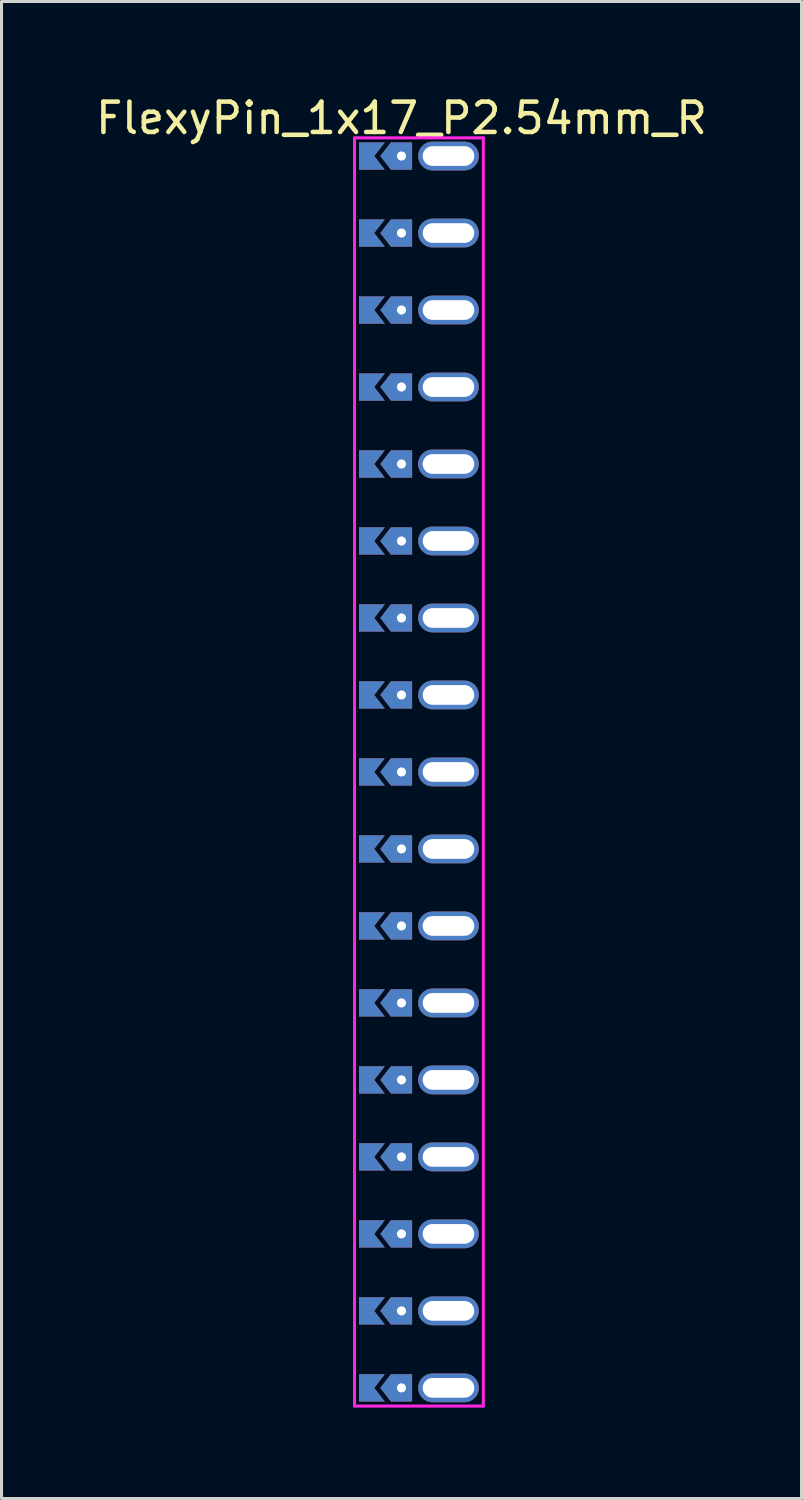
<source format=kicad_pcb>
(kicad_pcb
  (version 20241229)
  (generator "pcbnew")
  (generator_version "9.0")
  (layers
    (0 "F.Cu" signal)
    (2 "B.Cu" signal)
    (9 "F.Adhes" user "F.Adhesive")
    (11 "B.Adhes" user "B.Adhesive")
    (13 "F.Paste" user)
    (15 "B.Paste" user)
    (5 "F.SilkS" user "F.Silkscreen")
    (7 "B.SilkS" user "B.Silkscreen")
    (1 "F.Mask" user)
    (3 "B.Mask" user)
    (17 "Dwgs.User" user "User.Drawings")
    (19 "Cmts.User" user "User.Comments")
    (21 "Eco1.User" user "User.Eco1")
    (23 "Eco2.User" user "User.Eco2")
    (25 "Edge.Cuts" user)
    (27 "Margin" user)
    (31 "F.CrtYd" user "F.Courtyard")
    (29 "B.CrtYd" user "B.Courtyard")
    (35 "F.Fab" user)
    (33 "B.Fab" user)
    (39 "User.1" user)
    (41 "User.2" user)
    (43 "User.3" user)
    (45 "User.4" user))
  (footprint "FlexyPin_1x17_P2.54mm_R"
    (layer "F.Cu")
    (at 10.196 2.098)
    (property "Reference" "FlexyPin_1x17_P2.54mm_R" (at 0 -1.25 0) (layer "F.SilkS") (effects (font (size 1 1) (thickness 0.15))))
    (attr through_hole)
    (fp_line (start -1.55 -0.6) (end 2.7 -0.6) (stroke (width 0.1) (type solid)) (layer "F.CrtYd"))
    (fp_line (start -1.55 41.24) (end -1.55 -0.6) (stroke (width 0.1) (type solid)) (layer "F.CrtYd"))
    (fp_line (start 2.7 -0.6) (end 2.7 41.24) (stroke (width 0.1) (type solid)) (layer "F.CrtYd"))
    (fp_line (start 2.7 41.24) (end -1.55 41.24) (stroke (width 0.1) (type solid)) (layer "F.CrtYd"))
    (pad "" thru_hole custom (at 0 0) (size 0.3 0.3) (drill 0.6) (layers "*.Cu" "*.Mask") (options (anchor rect)) (primitives (gr_poly (pts (xy 0.35 0.45) (xy 0.35 -0.45) (xy -0.35 -0.45) (xy -0.7 0) (xy -0.35 0.45)) (width 0) (fill yes))))
    (pad "" thru_hole custom (at 0 2.54) (size 0.3 0.3) (drill 0.6) (layers "*.Cu" "*.Mask") (options (anchor rect)) (primitives (gr_poly (pts (xy 0.35 0.45) (xy 0.35 -0.45) (xy -0.35 -0.45) (xy -0.7 0) (xy -0.35 0.45)) (width 0) (fill yes))))
    (pad "" thru_hole custom (at 0 5.08) (size 0.3 0.3) (drill 0.6) (layers "*.Cu" "*.Mask") (options (anchor rect)) (primitives (gr_poly (pts (xy 0.35 0.45) (xy 0.35 -0.45) (xy -0.35 -0.45) (xy -0.7 0) (xy -0.35 0.45)) (width 0) (fill yes))))
    (pad "" thru_hole custom (at 0 7.62) (size 0.3 0.3) (drill 0.6) (layers "*.Cu" "*.Mask") (options (anchor rect)) (primitives (gr_poly (pts (xy 0.35 0.45) (xy 0.35 -0.45) (xy -0.35 -0.45) (xy -0.7 0) (xy -0.35 0.45)) (width 0) (fill yes))))
    (pad "" thru_hole custom (at 0 10.16) (size 0.3 0.3) (drill 0.6) (layers "*.Cu" "*.Mask") (options (anchor rect)) (primitives (gr_poly (pts (xy 0.35 0.45) (xy 0.35 -0.45) (xy -0.35 -0.45) (xy -0.7 0) (xy -0.35 0.45)) (width 0) (fill yes))))
    (pad "" thru_hole custom (at 0 12.7) (size 0.3 0.3) (drill 0.6) (layers "*.Cu" "*.Mask") (options (anchor rect)) (primitives (gr_poly (pts (xy 0.35 0.45) (xy 0.35 -0.45) (xy -0.35 -0.45) (xy -0.7 0) (xy -0.35 0.45)) (width 0) (fill yes))))
    (pad "" thru_hole custom (at 0 15.24) (size 0.3 0.3) (drill 0.6) (layers "*.Cu" "*.Mask") (options (anchor rect)) (primitives (gr_poly (pts (xy 0.35 0.45) (xy 0.35 -0.45) (xy -0.35 -0.45) (xy -0.7 0) (xy -0.35 0.45)) (width 0) (fill yes))))
    (pad "" thru_hole custom (at 0 17.78) (size 0.3 0.3) (drill 0.6) (layers "*.Cu" "*.Mask") (options (anchor rect)) (primitives (gr_poly (pts (xy 0.35 0.45) (xy 0.35 -0.45) (xy -0.35 -0.45) (xy -0.7 0) (xy -0.35 0.45)) (width 0) (fill yes))))
    (pad "" thru_hole custom (at 0 20.32) (size 0.3 0.3) (drill 0.6) (layers "*.Cu" "*.Mask") (options (anchor rect)) (primitives (gr_poly (pts (xy 0.35 0.45) (xy 0.35 -0.45) (xy -0.35 -0.45) (xy -0.7 0) (xy -0.35 0.45)) (width 0) (fill yes))))
    (pad "" thru_hole custom (at 0 22.86) (size 0.3 0.3) (drill 0.6) (layers "*.Cu" "*.Mask") (options (anchor rect)) (primitives (gr_poly (pts (xy 0.35 0.45) (xy 0.35 -0.45) (xy -0.35 -0.45) (xy -0.7 0) (xy -0.35 0.45)) (width 0) (fill yes))))
    (pad "" thru_hole custom (at 0 25.4) (size 0.3 0.3) (drill 0.6) (layers "*.Cu" "*.Mask") (options (anchor rect)) (primitives (gr_poly (pts (xy 0.35 0.45) (xy 0.35 -0.45) (xy -0.35 -0.45) (xy -0.7 0) (xy -0.35 0.45)) (width 0) (fill yes))))
    (pad "" thru_hole custom (at 0 27.94) (size 0.3 0.3) (drill 0.6) (layers "*.Cu" "*.Mask") (options (anchor rect)) (primitives (gr_poly (pts (xy 0.35 0.45) (xy 0.35 -0.45) (xy -0.35 -0.45) (xy -0.7 0) (xy -0.35 0.45)) (width 0) (fill yes))))
    (pad "" thru_hole custom (at 0 30.48) (size 0.3 0.3) (drill 0.6) (layers "*.Cu" "*.Mask") (options (anchor rect)) (primitives (gr_poly (pts (xy 0.35 0.45) (xy 0.35 -0.45) (xy -0.35 -0.45) (xy -0.7 0) (xy -0.35 0.45)) (width 0) (fill yes))))
    (pad "" thru_hole custom (at 0 33.02) (size 0.3 0.3) (drill 0.6) (layers "*.Cu" "*.Mask") (options (anchor rect)) (primitives (gr_poly (pts (xy 0.35 0.45) (xy 0.35 -0.45) (xy -0.35 -0.45) (xy -0.7 0) (xy -0.35 0.45)) (width 0) (fill yes))))
    (pad "" thru_hole custom (at 0 35.56) (size 0.3 0.3) (drill 0.6) (layers "*.Cu" "*.Mask") (options (anchor rect)) (primitives (gr_poly (pts (xy 0.35 0.45) (xy 0.35 -0.45) (xy -0.35 -0.45) (xy -0.7 0) (xy -0.35 0.45)) (width 0) (fill yes))))
    (pad "" thru_hole custom (at 0 38.1) (size 0.3 0.3) (drill 0.6) (layers "*.Cu" "*.Mask") (options (anchor rect)) (primitives (gr_poly (pts (xy 0.35 0.45) (xy 0.35 -0.45) (xy -0.35 -0.45) (xy -0.7 0) (xy -0.35 0.45)) (width 0) (fill yes))))
    (pad "" thru_hole custom (at 0 40.64) (size 0.3 0.3) (drill 0.6) (layers "*.Cu" "*.Mask") (options (anchor rect)) (primitives (gr_poly (pts (xy 0.35 0.45) (xy 0.35 -0.45) (xy -0.35 -0.45) (xy -0.7 0) (xy -0.35 0.45)) (width 0) (fill yes))))
    (pad "" thru_hole oval (at 1.55 0) (size 2 0.95) (drill oval 1.7 0.65) (layers "*.Cu" "*.Mask"))
    (pad "" thru_hole oval (at 1.55 2.54) (size 2 0.95) (drill oval 1.7 0.65) (layers "*.Cu" "*.Mask"))
    (pad "" thru_hole oval (at 1.55 5.08) (size 2 0.95) (drill oval 1.7 0.65) (layers "*.Cu" "*.Mask"))
    (pad "" thru_hole oval (at 1.55 7.62) (size 2 0.95) (drill oval 1.7 0.65) (layers "*.Cu" "*.Mask"))
    (pad "" thru_hole oval (at 1.55 10.16) (size 2 0.95) (drill oval 1.7 0.65) (layers "*.Cu" "*.Mask"))
    (pad "" thru_hole oval (at 1.55 12.7) (size 2 0.95) (drill oval 1.7 0.65) (layers "*.Cu" "*.Mask"))
    (pad "" thru_hole oval (at 1.55 15.24) (size 2 0.95) (drill oval 1.7 0.65) (layers "*.Cu" "*.Mask"))
    (pad "" thru_hole oval (at 1.55 17.78) (size 2 0.95) (drill oval 1.7 0.65) (layers "*.Cu" "*.Mask"))
    (pad "" thru_hole oval (at 1.55 20.32) (size 2 0.95) (drill oval 1.7 0.65) (layers "*.Cu" "*.Mask"))
    (pad "" thru_hole oval (at 1.55 22.86) (size 2 0.95) (drill oval 1.7 0.65) (layers "*.Cu" "*.Mask"))
    (pad "" thru_hole oval (at 1.55 25.4) (size 2 0.95) (drill oval 1.7 0.65) (layers "*.Cu" "*.Mask"))
    (pad "" thru_hole oval (at 1.55 27.94) (size 2 0.95) (drill oval 1.7 0.65) (layers "*.Cu" "*.Mask"))
    (pad "" thru_hole oval (at 1.55 30.48) (size 2 0.95) (drill oval 1.7 0.65) (layers "*.Cu" "*.Mask"))
    (pad "" thru_hole oval (at 1.55 33.02) (size 2 0.95) (drill oval 1.7 0.65) (layers "*.Cu" "*.Mask"))
    (pad "" thru_hole oval (at 1.55 35.56) (size 2 0.95) (drill oval 1.7 0.65) (layers "*.Cu" "*.Mask"))
    (pad "" thru_hole oval (at 1.55 38.1) (size 2 0.95) (drill oval 1.7 0.65) (layers "*.Cu" "*.Mask"))
    (pad "" thru_hole oval (at 1.55 40.64) (size 2 0.95) (drill oval 1.7 0.65) (layers "*.Cu" "*.Mask"))
    (pad "1" smd custom (at -0.9 0) (size 0.01 0.01) (layers "F.Cu" "F.Mask") (options (anchor rect)) (primitives (gr_poly (pts (xy 0 0) (xy 0.35 0.45) (xy -0.5 0.45) (xy -0.5 -0.45) (xy 0.35 -0.45)) (width 0) (fill yes))))
    (pad "2" smd custom (at -0.9 2.54) (size 0.01 0.01) (layers "F.Cu" "F.Mask") (options (anchor rect)) (primitives (gr_poly (pts (xy 0 0) (xy 0.35 0.45) (xy -0.5 0.45) (xy -0.5 -0.45) (xy 0.35 -0.45)) (width 0) (fill yes))))
    (pad "3" smd custom (at -0.9 5.08) (size 0.01 0.01) (layers "F.Cu" "F.Mask") (options (anchor rect)) (primitives (gr_poly (pts (xy 0 0) (xy 0.35 0.45) (xy -0.5 0.45) (xy -0.5 -0.45) (xy 0.35 -0.45)) (width 0) (fill yes))))
    (pad "4" smd custom (at -0.9 7.62) (size 0.01 0.01) (layers "F.Cu" "F.Mask") (options (anchor rect)) (primitives (gr_poly (pts (xy 0 0) (xy 0.35 0.45) (xy -0.5 0.45) (xy -0.5 -0.45) (xy 0.35 -0.45)) (width 0) (fill yes))))
    (pad "5" smd custom (at -0.9 10.16) (size 0.01 0.01) (layers "F.Cu" "F.Mask") (options (anchor rect)) (primitives (gr_poly (pts (xy 0 0) (xy 0.35 0.45) (xy -0.5 0.45) (xy -0.5 -0.45) (xy 0.35 -0.45)) (width 0) (fill yes))))
    (pad "6" smd custom (at -0.9 12.7) (size 0.01 0.01) (layers "F.Cu" "F.Mask") (options (anchor rect)) (primitives (gr_poly (pts (xy 0 0) (xy 0.35 0.45) (xy -0.5 0.45) (xy -0.5 -0.45) (xy 0.35 -0.45)) (width 0) (fill yes))))
    (pad "7" smd custom (at -0.9 15.24) (size 0.01 0.01) (layers "F.Cu" "F.Mask") (options (anchor rect)) (primitives (gr_poly (pts (xy 0 0) (xy 0.35 0.45) (xy -0.5 0.45) (xy -0.5 -0.45) (xy 0.35 -0.45)) (width 0) (fill yes))))
    (pad "8" smd custom (at -0.9 17.78) (size 0.01 0.01) (layers "F.Cu" "F.Mask") (options (anchor rect)) (primitives (gr_poly (pts (xy 0 0) (xy 0.35 0.45) (xy -0.5 0.45) (xy -0.5 -0.45) (xy 0.35 -0.45)) (width 0) (fill yes))))
    (pad "9" smd custom (at -0.9 20.32) (size 0.01 0.01) (layers "F.Cu" "F.Mask") (options (anchor rect)) (primitives (gr_poly (pts (xy 0 0) (xy 0.35 0.45) (xy -0.5 0.45) (xy -0.5 -0.45) (xy 0.35 -0.45)) (width 0) (fill yes))))
    (pad "10" smd custom (at -0.9 22.86) (size 0.01 0.01) (layers "F.Cu" "F.Mask") (options (anchor rect)) (primitives (gr_poly (pts (xy 0 0) (xy 0.35 0.45) (xy -0.5 0.45) (xy -0.5 -0.45) (xy 0.35 -0.45)) (width 0) (fill yes))))
    (pad "11" smd custom (at -0.9 25.4) (size 0.01 0.01) (layers "F.Cu" "F.Mask") (options (anchor rect)) (primitives (gr_poly (pts (xy 0 0) (xy 0.35 0.45) (xy -0.5 0.45) (xy -0.5 -0.45) (xy 0.35 -0.45)) (width 0) (fill yes))))
    (pad "12" smd custom (at -0.9 27.94) (size 0.01 0.01) (layers "F.Cu" "F.Mask") (options (anchor rect)) (primitives (gr_poly (pts (xy 0 0) (xy 0.35 0.45) (xy -0.5 0.45) (xy -0.5 -0.45) (xy 0.35 -0.45)) (width 0) (fill yes))))
    (pad "13" smd custom (at -0.9 30.48) (size 0.01 0.01) (layers "F.Cu" "F.Mask") (options (anchor rect)) (primitives (gr_poly (pts (xy 0 0) (xy 0.35 0.45) (xy -0.5 0.45) (xy -0.5 -0.45) (xy 0.35 -0.45)) (width 0) (fill yes))))
    (pad "14" smd custom (at -0.9 33.02) (size 0.01 0.01) (layers "F.Cu" "F.Mask") (options (anchor rect)) (primitives (gr_poly (pts (xy 0 0) (xy 0.35 0.45) (xy -0.5 0.45) (xy -0.5 -0.45) (xy 0.35 -0.45)) (width 0) (fill yes))))
    (pad "15" smd custom (at -0.9 35.56) (size 0.01 0.01) (layers "F.Cu" "F.Mask") (options (anchor rect)) (primitives (gr_poly (pts (xy 0 0) (xy 0.35 0.45) (xy -0.5 0.45) (xy -0.5 -0.45) (xy 0.35 -0.45)) (width 0) (fill yes))))
    (pad "16" smd custom (at -0.9 38.1) (size 0.01 0.01) (layers "F.Cu" "F.Mask") (options (anchor rect)) (primitives (gr_poly (pts (xy 0 0) (xy 0.35 0.45) (xy -0.5 0.45) (xy -0.5 -0.45) (xy 0.35 -0.45)) (width 0) (fill yes))))
    (pad "17" smd custom (at -0.9 40.64) (size 0.01 0.01) (layers "F.Cu" "F.Mask") (options (anchor rect)) (primitives (gr_poly (pts (xy 0 0) (xy 0.35 0.45) (xy -0.5 0.45) (xy -0.5 -0.45) (xy 0.35 -0.45)) (width 0) (fill yes))))
    (pad "18" smd custom (at -0.9 0) (size 0.01 0.01) (layers "B.Cu" "B.Mask") (options (anchor rect)) (primitives (gr_poly (pts (xy 0 0) (xy 0.35 0.45) (xy -0.5 0.45) (xy -0.5 -0.45) (xy 0.35 -0.45)) (width 0) (fill yes))))
    (pad "19" smd custom (at -0.9 2.54) (size 0.01 0.01) (layers "B.Cu" "B.Mask") (options (anchor rect)) (primitives (gr_poly (pts (xy 0 0) (xy 0.35 0.45) (xy -0.5 0.45) (xy -0.5 -0.45) (xy 0.35 -0.45)) (width 0) (fill yes))))
    (pad "20" smd custom (at -0.9 5.08) (size 0.01 0.01) (layers "B.Cu" "B.Mask") (options (anchor rect)) (primitives (gr_poly (pts (xy 0 0) (xy 0.35 0.45) (xy -0.5 0.45) (xy -0.5 -0.45) (xy 0.35 -0.45)) (width 0) (fill yes))))
    (pad "21" smd custom (at -0.9 7.62) (size 0.01 0.01) (layers "B.Cu" "B.Mask") (options (anchor rect)) (primitives (gr_poly (pts (xy 0 0) (xy 0.35 0.45) (xy -0.5 0.45) (xy -0.5 -0.45) (xy 0.35 -0.45)) (width 0) (fill yes))))
    (pad "22" smd custom (at -0.9 10.16) (size 0.01 0.01) (layers "B.Cu" "B.Mask") (options (anchor rect)) (primitives (gr_poly (pts (xy 0 0) (xy 0.35 0.45) (xy -0.5 0.45) (xy -0.5 -0.45) (xy 0.35 -0.45)) (width 0) (fill yes))))
    (pad "23" smd custom (at -0.9 12.7) (size 0.01 0.01) (layers "B.Cu" "B.Mask") (options (anchor rect)) (primitives (gr_poly (pts (xy 0 0) (xy 0.35 0.45) (xy -0.5 0.45) (xy -0.5 -0.45) (xy 0.35 -0.45)) (width 0) (fill yes))))
    (pad "24" smd custom (at -0.9 15.24) (size 0.01 0.01) (layers "B.Cu" "B.Mask") (options (anchor rect)) (primitives (gr_poly (pts (xy 0 0) (xy 0.35 0.45) (xy -0.5 0.45) (xy -0.5 -0.45) (xy 0.35 -0.45)) (width 0) (fill yes))))
    (pad "25" smd custom (at -0.9 17.78) (size 0.01 0.01) (layers "B.Cu" "B.Mask") (options (anchor rect)) (primitives (gr_poly (pts (xy 0 0) (xy 0.35 0.45) (xy -0.5 0.45) (xy -0.5 -0.45) (xy 0.35 -0.45)) (width 0) (fill yes))))
    (pad "26" smd custom (at -0.9 20.32) (size 0.01 0.01) (layers "B.Cu" "B.Mask") (options (anchor rect)) (primitives (gr_poly (pts (xy 0 0) (xy 0.35 0.45) (xy -0.5 0.45) (xy -0.5 -0.45) (xy 0.35 -0.45)) (width 0) (fill yes))))
    (pad "27" smd custom (at -0.9 22.86) (size 0.01 0.01) (layers "B.Cu" "B.Mask") (options (anchor rect)) (primitives (gr_poly (pts (xy 0 0) (xy 0.35 0.45) (xy -0.5 0.45) (xy -0.5 -0.45) (xy 0.35 -0.45)) (width 0) (fill yes))))
    (pad "28" smd custom (at -0.9 25.4) (size 0.01 0.01) (layers "B.Cu" "B.Mask") (options (anchor rect)) (primitives (gr_poly (pts (xy 0 0) (xy 0.35 0.45) (xy -0.5 0.45) (xy -0.5 -0.45) (xy 0.35 -0.45)) (width 0) (fill yes))))
    (pad "29" smd custom (at -0.9 27.94) (size 0.01 0.01) (layers "B.Cu" "B.Mask") (options (anchor rect)) (primitives (gr_poly (pts (xy 0 0) (xy 0.35 0.45) (xy -0.5 0.45) (xy -0.5 -0.45) (xy 0.35 -0.45)) (width 0) (fill yes))))
    (pad "30" smd custom (at -0.9 30.48) (size 0.01 0.01) (layers "B.Cu" "B.Mask") (options (anchor rect)) (primitives (gr_poly (pts (xy 0 0) (xy 0.35 0.45) (xy -0.5 0.45) (xy -0.5 -0.45) (xy 0.35 -0.45)) (width 0) (fill yes))))
    (pad "31" smd custom (at -0.9 33.02) (size 0.01 0.01) (layers "B.Cu" "B.Mask") (options (anchor rect)) (primitives (gr_poly (pts (xy 0 0) (xy 0.35 0.45) (xy -0.5 0.45) (xy -0.5 -0.45) (xy 0.35 -0.45)) (width 0) (fill yes))))
    (pad "32" smd custom (at -0.9 35.56) (size 0.01 0.01) (layers "B.Cu" "B.Mask") (options (anchor rect)) (primitives (gr_poly (pts (xy 0 0) (xy 0.35 0.45) (xy -0.5 0.45) (xy -0.5 -0.45) (xy 0.35 -0.45)) (width 0) (fill yes))))
    (pad "33" smd custom (at -0.9 38.1) (size 0.01 0.01) (layers "B.Cu" "B.Mask") (options (anchor rect)) (primitives (gr_poly (pts (xy 0 0) (xy 0.35 0.45) (xy -0.5 0.45) (xy -0.5 -0.45) (xy 0.35 -0.45)) (width 0) (fill yes))))
    (pad "34" smd custom (at -0.9 40.64) (size 0.01 0.01) (layers "B.Cu" "B.Mask") (options (anchor rect)) (primitives (gr_poly (pts (xy 0 0) (xy 0.35 0.45) (xy -0.5 0.45) (xy -0.5 -0.45) (xy 0.35 -0.45)) (width 0) (fill yes)))))
  (gr_rect
    (start -3 -3)
    (end 23.393 46.388)
    (stroke (width 0.1) (type default))
    (fill no)
    (layer "Edge.Cuts")))
</source>
